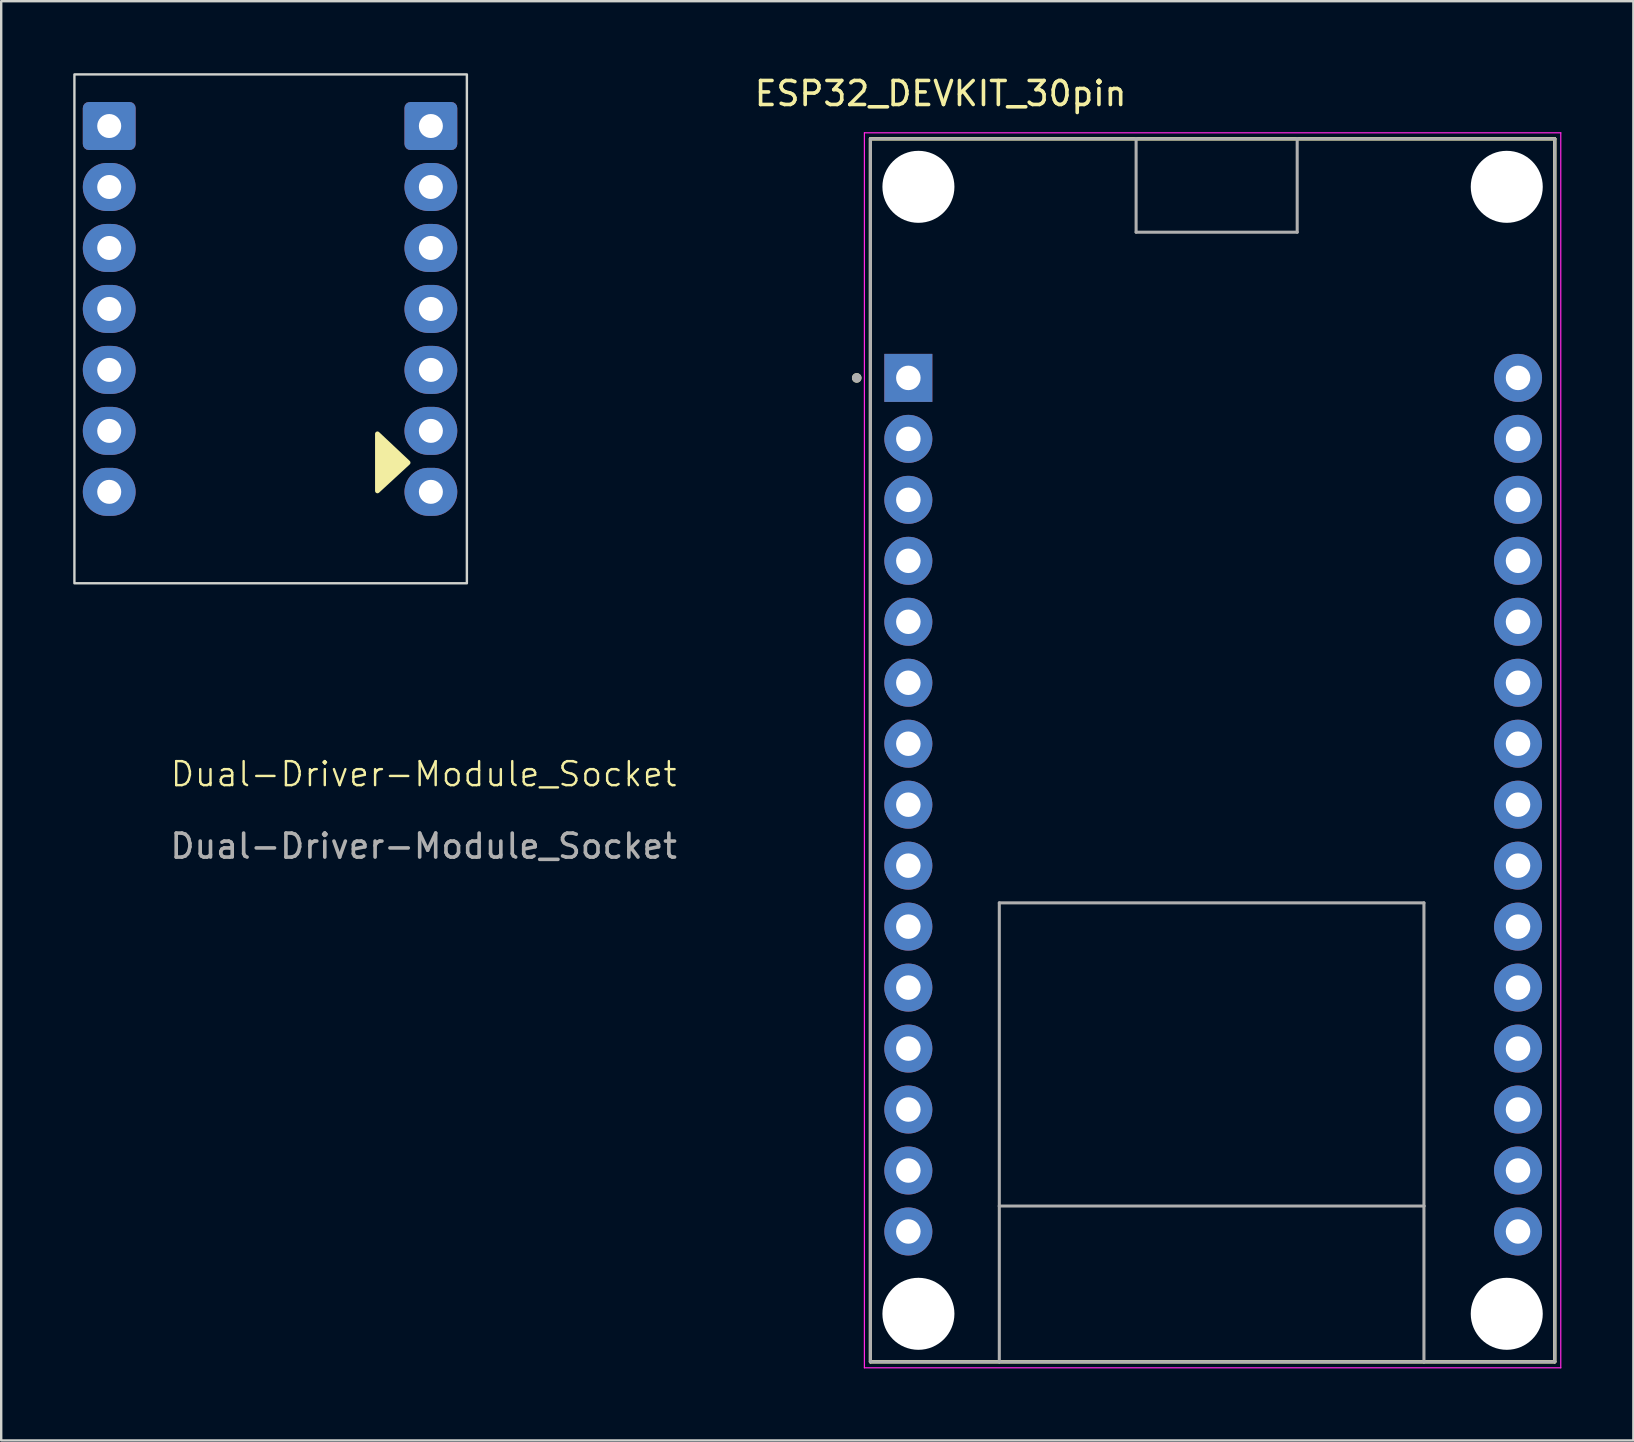
<source format=kicad_pcb>
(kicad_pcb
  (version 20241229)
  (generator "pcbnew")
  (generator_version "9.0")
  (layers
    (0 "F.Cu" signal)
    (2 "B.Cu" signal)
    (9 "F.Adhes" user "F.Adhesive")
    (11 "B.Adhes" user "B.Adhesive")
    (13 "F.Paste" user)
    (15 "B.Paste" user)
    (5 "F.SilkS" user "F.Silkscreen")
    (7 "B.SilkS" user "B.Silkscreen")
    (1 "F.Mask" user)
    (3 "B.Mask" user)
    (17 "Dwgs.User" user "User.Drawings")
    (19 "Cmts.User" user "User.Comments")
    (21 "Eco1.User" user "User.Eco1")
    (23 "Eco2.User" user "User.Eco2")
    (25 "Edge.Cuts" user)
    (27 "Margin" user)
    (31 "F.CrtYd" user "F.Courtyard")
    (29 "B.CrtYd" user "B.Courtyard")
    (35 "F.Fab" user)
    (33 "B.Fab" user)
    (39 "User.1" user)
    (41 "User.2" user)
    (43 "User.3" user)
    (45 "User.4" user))
  (footprint "ESP32_DEVKIT_30pin"
    (layer "F.Cu")
    (at 47.491 28.208)
    (property "Reference" "ESP32_DEVKIT_30pin" (at -11.355 -27.36 0) (layer "F.SilkS") (effects (font (size 1 1) (thickness 0.15))))
    (attr through_hole)
    (fp_line (start -14.28 -25.475) (end -3.211 -25.475) (stroke (width 0.127) (type solid)) (layer "F.SilkS"))
    (fp_line (start -14.28 -25.475) (end 14.23 -25.475) (stroke (width 0.127) (type solid)) (layer "F.SilkS"))
    (fp_line (start -14.28 25.475) (end -14.28 -25.475) (stroke (width 0.127) (type solid)) (layer "F.SilkS"))
    (fp_line (start -14.28 25.475) (end -14.28 -25.475) (stroke (width 0.127) (type solid)) (layer "F.SilkS"))
    (fp_line (start -14.28 25.475) (end -8.91 25.475) (stroke (width 0.127) (type solid)) (layer "F.SilkS"))
    (fp_line (start -8.91 25.475) (end 8.78 25.475) (stroke (width 0.127) (type solid)) (layer "F.SilkS"))
    (fp_line (start -3.211 -25.475) (end 3.5 -25.475) (stroke (width 0.127) (type solid)) (layer "F.SilkS"))
    (fp_line (start 3.5 -25.475) (end 14.23 -25.475) (stroke (width 0.127) (type solid)) (layer "F.SilkS"))
    (fp_line (start 8.78 25.475) (end 14.23 25.475) (stroke (width 0.127) (type solid)) (layer "F.SilkS"))
    (fp_line (start 14.23 -25.475) (end 14.23 25.475) (stroke (width 0.127) (type solid)) (layer "F.SilkS"))
    (fp_line (start 14.23 -25.475) (end 14.23 25.475) (stroke (width 0.127) (type solid)) (layer "F.SilkS"))
    (fp_line (start 14.23 25.475) (end -14.28 25.475) (stroke (width 0.127) (type solid)) (layer "F.SilkS"))
    (fp_circle (center -14.85 -15.515) (end -14.75 -15.515) (stroke (width 0.2) (type solid)) (fill no) (layer "F.SilkS"))
    (fp_line (start -14.53 -25.725) (end -14.53 25.725) (stroke (width 0.05) (type solid)) (layer "F.CrtYd"))
    (fp_line (start -14.53 25.725) (end 14.48 25.725) (stroke (width 0.05) (type solid)) (layer "F.CrtYd"))
    (fp_line (start 14.48 -25.725) (end -14.53 -25.725) (stroke (width 0.05) (type solid)) (layer "F.CrtYd"))
    (fp_line (start 14.48 25.725) (end 14.48 -25.725) (stroke (width 0.05) (type solid)) (layer "F.CrtYd"))
    (fp_line (start -14.28 -25.475) (end -3.211 -25.475) (stroke (width 0.127) (type solid)) (layer "F.Fab"))
    (fp_line (start -14.28 25.475) (end -14.28 -25.475) (stroke (width 0.127) (type solid)) (layer "F.Fab"))
    (fp_line (start -14.28 25.475) (end -8.91 25.475) (stroke (width 0.127) (type solid)) (layer "F.Fab"))
    (fp_line (start -8.91 6.355) (end 8.78 6.355) (stroke (width 0.127) (type solid)) (layer "F.Fab"))
    (fp_line (start -8.91 18.985) (end -8.91 6.355) (stroke (width 0.127) (type solid)) (layer "F.Fab"))
    (fp_line (start -8.91 18.985) (end 8.78 18.985) (stroke (width 0.127) (type solid)) (layer "F.Fab"))
    (fp_line (start -8.91 25.475) (end -8.91 18.985) (stroke (width 0.127) (type solid)) (layer "F.Fab"))
    (fp_line (start -8.91 25.475) (end 8.78 25.475) (stroke (width 0.127) (type solid)) (layer "F.Fab"))
    (fp_line (start -3.211 -25.475) (end 3.5 -25.475) (stroke (width 0.127) (type solid)) (layer "F.Fab"))
    (fp_line (start -3.211 -21.585) (end -3.211 -25.475) (stroke (width 0.127) (type solid)) (layer "F.Fab"))
    (fp_line (start 3.5 -25.475) (end 3.5 -21.585) (stroke (width 0.127) (type solid)) (layer "F.Fab"))
    (fp_line (start 3.5 -25.475) (end 14.23 -25.475) (stroke (width 0.127) (type solid)) (layer "F.Fab"))
    (fp_line (start 3.5 -21.585) (end -3.211 -21.585) (stroke (width 0.127) (type solid)) (layer "F.Fab"))
    (fp_line (start 8.78 6.355) (end 8.78 18.985) (stroke (width 0.127) (type solid)) (layer "F.Fab"))
    (fp_line (start 8.78 18.985) (end 8.78 25.475) (stroke (width 0.127) (type solid)) (layer "F.Fab"))
    (fp_line (start 8.78 25.475) (end 14.23 25.475) (stroke (width 0.127) (type solid)) (layer "F.Fab"))
    (fp_line (start 14.23 -25.475) (end 14.23 25.475) (stroke (width 0.127) (type solid)) (layer "F.Fab"))
    (fp_circle (center -14.85 -15.515) (end -14.75 -15.515) (stroke (width 0.2) (type solid)) (fill no) (layer "F.Fab"))
    (pad "" np_thru_hole circle (at -12.28 -23.475) (size 3 3) (drill 3) (layers "*.Cu" "*.Mask"))
    (pad "" np_thru_hole circle (at -12.28 23.475) (size 3 3) (drill 3) (layers "*.Cu" "*.Mask"))
    (pad "" np_thru_hole circle (at 12.23 -23.475) (size 3 3) (drill 3) (layers "*.Cu" "*.Mask"))
    (pad "" np_thru_hole circle (at 12.23 23.475) (size 3 3) (drill 3) (layers "*.Cu" "*.Mask"))
    (pad "1" thru_hole rect (at -12.7 -15.515) (size 2 2) (drill 1.02) (layers "*.Cu" "*.Mask"))
    (pad "2" thru_hole circle (at -12.7 -12.975) (size 2 2) (drill 1.02) (layers "*.Cu" "*.Mask"))
    (pad "3" thru_hole circle (at -12.7 -10.435) (size 2 2) (drill 1.02) (layers "*.Cu" "*.Mask"))
    (pad "4" thru_hole circle (at -12.7 -7.895) (size 2 2) (drill 1.02) (layers "*.Cu" "*.Mask"))
    (pad "5" thru_hole circle (at -12.7 -5.355) (size 2 2) (drill 1.02) (layers "*.Cu" "*.Mask"))
    (pad "6" thru_hole circle (at -12.7 -2.815) (size 2 2) (drill 1.02) (layers "*.Cu" "*.Mask"))
    (pad "7" thru_hole circle (at -12.7 -0.275) (size 2 2) (drill 1.02) (layers "*.Cu" "*.Mask"))
    (pad "8" thru_hole circle (at -12.7 2.265) (size 2 2) (drill 1.02) (layers "*.Cu" "*.Mask"))
    (pad "9" thru_hole circle (at -12.7 4.805) (size 2 2) (drill 1.02) (layers "*.Cu" "*.Mask"))
    (pad "10" thru_hole circle (at -12.7 7.345) (size 2 2) (drill 1.02) (layers "*.Cu" "*.Mask"))
    (pad "11" thru_hole circle (at -12.7 9.885) (size 2 2) (drill 1.02) (layers "*.Cu" "*.Mask"))
    (pad "12" thru_hole circle (at -12.7 12.425) (size 2 2) (drill 1.02) (layers "*.Cu" "*.Mask"))
    (pad "13" thru_hole circle (at -12.7 14.965) (size 2 2) (drill 1.02) (layers "*.Cu" "*.Mask"))
    (pad "14" thru_hole circle (at -12.7 17.505) (size 2 2) (drill 1.02) (layers "*.Cu" "*.Mask"))
    (pad "15" thru_hole circle (at -12.7 20.045) (size 2 2) (drill 1.02) (layers "*.Cu" "*.Mask"))
    (pad "16" thru_hole circle (at 12.7 20.045) (size 2 2) (drill 1.02) (layers "*.Cu" "*.Mask"))
    (pad "17" thru_hole circle (at 12.7 17.505) (size 2 2) (drill 1.02) (layers "*.Cu" "*.Mask"))
    (pad "18" thru_hole circle (at 12.7 14.965) (size 2 2) (drill 1.02) (layers "*.Cu" "*.Mask"))
    (pad "19" thru_hole circle (at 12.7 12.425) (size 2 2) (drill 1.02) (layers "*.Cu" "*.Mask"))
    (pad "20" thru_hole circle (at 12.7 9.885) (size 2 2) (drill 1.02) (layers "*.Cu" "*.Mask"))
    (pad "21" thru_hole circle (at 12.7 7.345) (size 2 2) (drill 1.02) (layers "*.Cu" "*.Mask"))
    (pad "22" thru_hole circle (at 12.7 4.805) (size 2 2) (drill 1.02) (layers "*.Cu" "*.Mask"))
    (pad "23" thru_hole circle (at 12.7 2.265) (size 2 2) (drill 1.02) (layers "*.Cu" "*.Mask"))
    (pad "24" thru_hole circle (at 12.7 -0.275) (size 2 2) (drill 1.02) (layers "*.Cu" "*.Mask"))
    (pad "25" thru_hole circle (at 12.7 -2.815) (size 2 2) (drill 1.02) (layers "*.Cu" "*.Mask"))
    (pad "26" thru_hole circle (at 12.7 -5.355) (size 2 2) (drill 1.02) (layers "*.Cu" "*.Mask"))
    (pad "27" thru_hole circle (at 12.7 -7.895) (size 2 2) (drill 1.02) (layers "*.Cu" "*.Mask"))
    (pad "28" thru_hole circle (at 12.7 -10.435) (size 2 2) (drill 1.02) (layers "*.Cu" "*.Mask"))
    (pad "29" thru_hole circle (at 12.7 -12.975) (size 2 2) (drill 1.02) (layers "*.Cu" "*.Mask"))
    (pad "30" thru_hole circle (at 12.7 -15.515) (size 2 2) (drill 1.02) (layers "*.Cu" "*.Mask"))
    (zone (net_name "") (layer "F.Cu") (hatch full 0.508) (connect_pads) (min_thickness 0.01) (filled_areas_thickness no) (keepout (tracks not_allowed) (vias not_allowed) (pads not_allowed) (copperpour not_allowed) (footprints allowed)) (placement (enabled no)) (fill) (polygon (pts (xy 38.581 47.193) (xy 56.271 47.193) (xy 56.271 53.683) (xy 38.581 53.683))))
    (zone (net_name "") (layers "F.Cu" "B.Cu") (hatch full 0.508) (connect_pads) (min_thickness 0.01) (filled_areas_thickness no) (keepout (tracks allowed) (vias not_allowed) (pads allowed) (copperpour allowed) (footprints allowed)) (placement (enabled no)) (fill) (polygon (pts (xy 38.581 47.193) (xy 56.271 47.193) (xy 56.271 53.683) (xy 38.581 53.683))))
    (zone (net_name "") (layer "B.Cu") (hatch full 0.508) (connect_pads) (min_thickness 0.01) (filled_areas_thickness no) (keepout (tracks not_allowed) (vias not_allowed) (pads not_allowed) (copperpour not_allowed) (footprints allowed)) (placement (enabled no)) (fill) (polygon (pts (xy 38.581 47.193) (xy 56.271 47.193) (xy 56.271 53.683) (xy 38.581 53.683)))))
  (footprint "Dual-Driver-Module_Socket"
    (layer "F.Cu")
    (at 14.6 29.7)
    (property "Reference" "Dual-Driver-Module_Socket" (at 0 -0.5 0) (unlocked yes) (layer "F.SilkS") (effects (font (size 1 1) (thickness 0.1))))
    (attr through_hole)
    (fp_poly (pts (xy -1.925 -14.675) (xy -1.925 -12.3) (xy -0.65 -13.475)) (stroke (width 0.2) (type solid)) (fill yes) (layer "F.SilkS"))
    (fp_rect (start -14.55 -29.65) (end 1.8 -8.45) (stroke (width 0.1) (type default)) (fill no) (layer "Edge.Cuts"))
    (fp_text user "${REFERENCE}" (at 0 2.5 0) (unlocked yes) (layer "F.Fab") (effects (font (size 1 1) (thickness 0.15))))
    (pad "1" thru_hole roundrect (at -13.1 -27.5) (size 2.2 2) (drill 1) (layers "*.Cu" "*.Mask") (roundrect_rratio 0.125))
    (pad "1" thru_hole roundrect (at 0.3 -27.5) (size 2.2 2) (drill 1) (layers "*.Cu" "*.Mask") (roundrect_rratio 0.125))
    (pad "2" thru_hole oval (at -13.1 -24.96) (size 2.2 2) (drill 1) (layers "*.Cu" "*.Mask"))
    (pad "3" thru_hole oval (at -13.1 -22.42) (size 2.2 2) (drill 1) (layers "*.Cu" "*.Mask"))
    (pad "4" thru_hole oval (at -13.1 -19.88) (size 2.2 2) (drill 1) (layers "*.Cu" "*.Mask"))
    (pad "5" thru_hole oval (at -13.1 -17.34) (size 2.2 2) (drill 1) (layers "*.Cu" "*.Mask"))
    (pad "6" thru_hole oval (at -13.1 -14.8) (size 2.2 2) (drill 1) (layers "*.Cu" "*.Mask"))
    (pad "7" thru_hole oval (at -13.1 -12.26) (size 2.2 2) (drill 1) (layers "*.Cu" "*.Mask"))
    (pad "8" thru_hole oval (at 0.3 -24.96) (size 2.2 2) (drill 1) (layers "*.Cu" "*.Mask"))
    (pad "9" thru_hole oval (at 0.3 -22.42) (size 2.2 2) (drill 1) (layers "*.Cu" "*.Mask"))
    (pad "10" thru_hole oval (at 0.3 -19.88) (size 2.2 2) (drill 1) (layers "*.Cu" "*.Mask"))
    (pad "10" thru_hole oval (at 0.3 -12.26) (size 2.2 2) (drill 1) (layers "*.Cu" "*.Mask"))
    (pad "11" thru_hole oval (at 0.3 -17.34) (size 2.2 2) (drill 1) (layers "*.Cu" "*.Mask"))
    (pad "12" thru_hole oval (at 0.3 -14.8) (size 2.2 2) (drill 1) (layers "*.Cu" "*.Mask")))
  (gr_rect
    (start -3 -3)
    (end 64.996 56.958)
    (stroke (width 0.1) (type default))
    (fill no)
    (layer "Edge.Cuts")))
</source>
